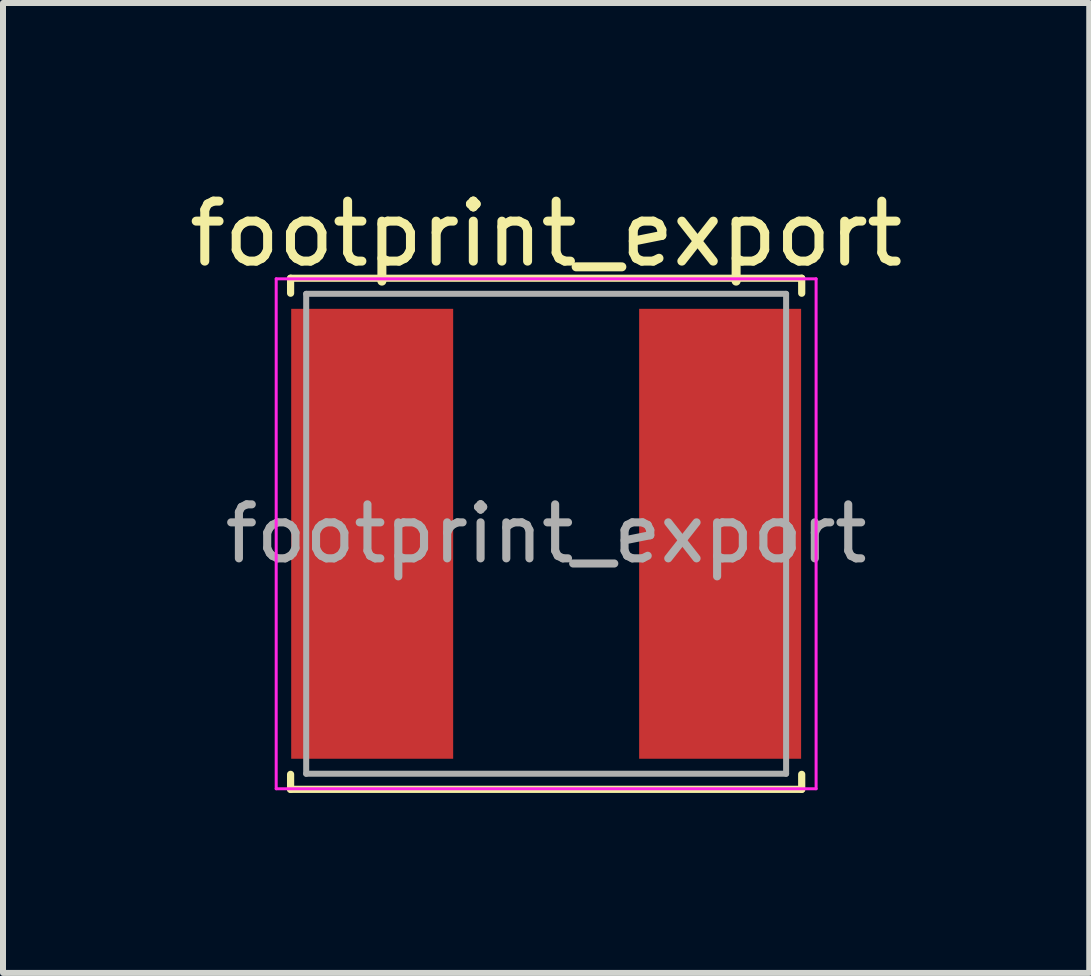
<source format=kicad_pcb>
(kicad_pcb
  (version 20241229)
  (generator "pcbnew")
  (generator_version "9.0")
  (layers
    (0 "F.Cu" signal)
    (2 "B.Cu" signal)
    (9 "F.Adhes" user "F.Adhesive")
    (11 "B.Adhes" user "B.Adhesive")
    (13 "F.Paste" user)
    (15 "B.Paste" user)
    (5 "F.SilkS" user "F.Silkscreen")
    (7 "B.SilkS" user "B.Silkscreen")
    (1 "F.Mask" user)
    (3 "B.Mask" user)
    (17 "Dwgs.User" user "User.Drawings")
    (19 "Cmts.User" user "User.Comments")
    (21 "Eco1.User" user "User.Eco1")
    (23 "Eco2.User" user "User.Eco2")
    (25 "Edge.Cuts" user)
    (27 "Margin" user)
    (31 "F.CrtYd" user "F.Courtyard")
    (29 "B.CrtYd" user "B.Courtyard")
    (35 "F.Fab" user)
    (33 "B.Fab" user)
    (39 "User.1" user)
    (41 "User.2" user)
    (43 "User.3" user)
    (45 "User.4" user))
  (footprint "footprint_export"
    (layer "F.Cu")
    (at 6.054 5.848)
    (property "Reference" "footprint_export" (at 0 -5 0) (layer "F.SilkS") (effects (font (size 1 1) (thickness 0.15))))
    (attr smd)
    (fp_line (start -4.26 -4.26) (end -4.26 -4.01) (stroke (width 0.12) (type solid)) (layer "F.SilkS"))
    (fp_line (start -4.26 -4.26) (end 4.26 -4.26) (stroke (width 0.12) (type solid)) (layer "F.SilkS"))
    (fp_line (start -4.26 4.26) (end -4.26 4.01) (stroke (width 0.12) (type solid)) (layer "F.SilkS"))
    (fp_line (start -4.26 4.26) (end 4.26 4.26) (stroke (width 0.12) (type solid)) (layer "F.SilkS"))
    (fp_line (start 4.26 -4.26) (end 4.26 -4.01) (stroke (width 0.12) (type solid)) (layer "F.SilkS"))
    (fp_line (start 4.26 4.26) (end 4.26 4.01) (stroke (width 0.12) (type solid)) (layer "F.SilkS"))
    (fp_line (start -4.5 -4.25) (end -4.5 4.25) (stroke (width 0.05) (type solid)) (layer "F.CrtYd"))
    (fp_line (start -4.5 4.25) (end 4.5 4.25) (stroke (width 0.05) (type solid)) (layer "F.CrtYd"))
    (fp_line (start 4.5 -4.25) (end -4.5 -4.25) (stroke (width 0.05) (type solid)) (layer "F.CrtYd"))
    (fp_line (start 4.5 4.25) (end 4.5 -4.25) (stroke (width 0.05) (type solid)) (layer "F.CrtYd"))
    (fp_line (start -4 -4) (end -4 4) (stroke (width 0.1) (type solid)) (layer "F.Fab"))
    (fp_line (start -4 4) (end 4 4) (stroke (width 0.1) (type solid)) (layer "F.Fab"))
    (fp_line (start 4 -4) (end -4 -4) (stroke (width 0.1) (type solid)) (layer "F.Fab"))
    (fp_line (start 4 4) (end 4 -4) (stroke (width 0.1) (type solid)) (layer "F.Fab"))
    (fp_text user "${REFERENCE}" (at 0 0 0) (layer "F.Fab") (effects (font (size 0.9 0.9) (thickness 0.135))))
    (pad "1" smd rect (at -2.9 0) (size 2.7 7.5) (layers "F.Cu" "F.Mask" "F.Paste"))
    (pad "2" smd rect (at 2.9 0) (size 2.7 7.5) (layers "F.Cu" "F.Mask" "F.Paste")))
  (gr_rect
    (start -3 -3)
    (end 15.107 13.168)
    (stroke (width 0.1) (type default))
    (fill no)
    (layer "Edge.Cuts")))
</source>
